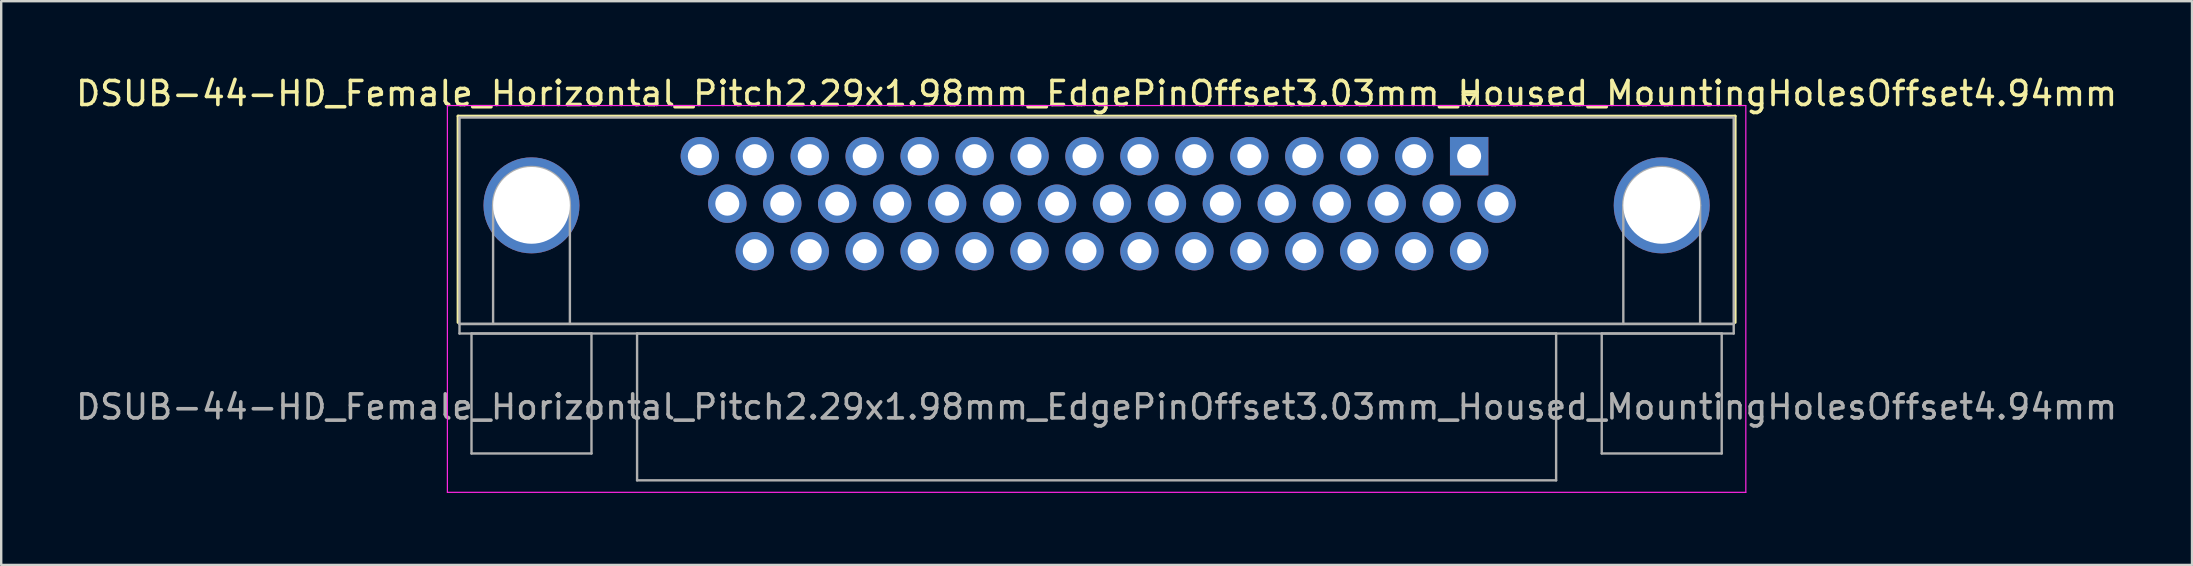
<source format=kicad_pcb>
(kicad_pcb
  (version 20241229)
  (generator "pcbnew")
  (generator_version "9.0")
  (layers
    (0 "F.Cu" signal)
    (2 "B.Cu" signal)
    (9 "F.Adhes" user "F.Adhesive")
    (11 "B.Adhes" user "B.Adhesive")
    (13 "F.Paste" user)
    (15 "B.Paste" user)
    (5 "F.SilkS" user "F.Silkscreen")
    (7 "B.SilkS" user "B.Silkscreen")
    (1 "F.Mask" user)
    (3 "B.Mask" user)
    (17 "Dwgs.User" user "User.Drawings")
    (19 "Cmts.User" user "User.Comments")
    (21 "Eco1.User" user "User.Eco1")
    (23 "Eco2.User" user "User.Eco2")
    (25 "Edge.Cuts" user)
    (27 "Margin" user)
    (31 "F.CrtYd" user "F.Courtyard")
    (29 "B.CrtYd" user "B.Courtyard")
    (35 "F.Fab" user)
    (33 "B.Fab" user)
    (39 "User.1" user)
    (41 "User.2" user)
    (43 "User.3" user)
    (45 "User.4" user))
  (footprint "DSUB-44-HD_Female_Horizontal_Pitch2.29x1.98mm_EdgePinOffset3.03mm_Housed_MountingHolesOffset4.94mm"
    (layer "F.Cu")
    (at 58.174 3.458)
    (property "Reference" "DSUB-44-HD_Female_Horizontal_Pitch2.29x1.98mm_EdgePinOffset3.03mm_Housed_MountingHolesOffset4.94mm" (at -15.525 -2.61 0) (layer "F.SilkS") (effects (font (size 1 1) (thickness 0.15))))
    (attr through_hole)
    (fp_line (start -42.135 -1.67) (end 11.085 -1.67) (stroke (width 0.12) (type solid)) (layer "F.SilkS"))
    (fp_line (start -42.135 6.93) (end -42.135 -1.67) (stroke (width 0.12) (type solid)) (layer "F.SilkS"))
    (fp_line (start -0.25 -2.564) (end 0.25 -2.564) (stroke (width 0.12) (type solid)) (layer "F.SilkS"))
    (fp_line (start 0 -2.131) (end -0.25 -2.564) (stroke (width 0.12) (type solid)) (layer "F.SilkS"))
    (fp_line (start 0.25 -2.564) (end 0 -2.131) (stroke (width 0.12) (type solid)) (layer "F.SilkS"))
    (fp_line (start 11.085 -1.67) (end 11.085 6.93) (stroke (width 0.12) (type solid)) (layer "F.SilkS"))
    (fp_line (start -42.58 -2.11) (end -42.58 14.01) (stroke (width 0.05) (type solid)) (layer "F.CrtYd"))
    (fp_line (start -42.58 14.01) (end 11.53 14.01) (stroke (width 0.05) (type solid)) (layer "F.CrtYd"))
    (fp_line (start 11.53 -2.11) (end -42.58 -2.11) (stroke (width 0.05) (type solid)) (layer "F.CrtYd"))
    (fp_line (start 11.53 14.01) (end 11.53 -2.11) (stroke (width 0.05) (type solid)) (layer "F.CrtYd"))
    (fp_line (start -42.075 -1.61) (end -42.075 6.99) (stroke (width 0.1) (type solid)) (layer "F.Fab"))
    (fp_line (start -42.075 6.99) (end -42.075 7.39) (stroke (width 0.1) (type solid)) (layer "F.Fab"))
    (fp_line (start -42.075 6.99) (end 11.025 6.99) (stroke (width 0.1) (type solid)) (layer "F.Fab"))
    (fp_line (start -42.075 7.39) (end 11.025 7.39) (stroke (width 0.1) (type solid)) (layer "F.Fab"))
    (fp_line (start -41.575 7.39) (end -41.575 12.39) (stroke (width 0.1) (type solid)) (layer "F.Fab"))
    (fp_line (start -41.575 12.39) (end -36.575 12.39) (stroke (width 0.1) (type solid)) (layer "F.Fab"))
    (fp_line (start -40.675 6.99) (end -40.675 2.05) (stroke (width 0.1) (type solid)) (layer "F.Fab"))
    (fp_line (start -37.475 6.99) (end -37.475 2.05) (stroke (width 0.1) (type solid)) (layer "F.Fab"))
    (fp_line (start -36.575 7.39) (end -41.575 7.39) (stroke (width 0.1) (type solid)) (layer "F.Fab"))
    (fp_line (start -36.575 12.39) (end -36.575 7.39) (stroke (width 0.1) (type solid)) (layer "F.Fab"))
    (fp_line (start -34.675 7.39) (end -34.675 13.51) (stroke (width 0.1) (type solid)) (layer "F.Fab"))
    (fp_line (start -34.675 13.51) (end 3.625 13.51) (stroke (width 0.1) (type solid)) (layer "F.Fab"))
    (fp_line (start 3.625 7.39) (end -34.675 7.39) (stroke (width 0.1) (type solid)) (layer "F.Fab"))
    (fp_line (start 3.625 13.51) (end 3.625 7.39) (stroke (width 0.1) (type solid)) (layer "F.Fab"))
    (fp_line (start 5.525 7.39) (end 5.525 12.39) (stroke (width 0.1) (type solid)) (layer "F.Fab"))
    (fp_line (start 5.525 12.39) (end 10.525 12.39) (stroke (width 0.1) (type solid)) (layer "F.Fab"))
    (fp_line (start 6.425 6.99) (end 6.425 2.05) (stroke (width 0.1) (type solid)) (layer "F.Fab"))
    (fp_line (start 9.625 6.99) (end 9.625 2.05) (stroke (width 0.1) (type solid)) (layer "F.Fab"))
    (fp_line (start 10.525 7.39) (end 5.525 7.39) (stroke (width 0.1) (type solid)) (layer "F.Fab"))
    (fp_line (start 10.525 12.39) (end 10.525 7.39) (stroke (width 0.1) (type solid)) (layer "F.Fab"))
    (fp_line (start 11.025 -1.61) (end -42.075 -1.61) (stroke (width 0.1) (type solid)) (layer "F.Fab"))
    (fp_line (start 11.025 6.99) (end -42.075 6.99) (stroke (width 0.1) (type solid)) (layer "F.Fab"))
    (fp_line (start 11.025 6.99) (end 11.025 -1.61) (stroke (width 0.1) (type solid)) (layer "F.Fab"))
    (fp_line (start 11.025 7.39) (end 11.025 6.99) (stroke (width 0.1) (type solid)) (layer "F.Fab"))
    (fp_arc (start -40.675 2.05) (mid -39.075 0.45) (end -37.475 2.05) (stroke (width 0.1) (type solid)) (layer "F.Fab"))
    (fp_arc (start 6.425 2.05) (mid 8.025 0.45) (end 9.625 2.05) (stroke (width 0.1) (type solid)) (layer "F.Fab"))
    (fp_text user "${REFERENCE}" (at -15.525 10.45 0) (layer "F.Fab") (effects (font (size 1 1) (thickness 0.15))))
    (pad "0" thru_hole circle (at -39.075 2.05) (size 4 4) (drill 3.2) (layers "*.Cu" "*.Mask"))
    (pad "0" thru_hole circle (at 8.025 2.05) (size 4 4) (drill 3.2) (layers "*.Cu" "*.Mask"))
    (pad "1" thru_hole rect (at 0 0) (size 1.6 1.6) (drill 1) (layers "*.Cu" "*.Mask"))
    (pad "2" thru_hole circle (at -2.29 0) (size 1.6 1.6) (drill 1) (layers "*.Cu" "*.Mask"))
    (pad "3" thru_hole circle (at -4.58 0) (size 1.6 1.6) (drill 1) (layers "*.Cu" "*.Mask"))
    (pad "4" thru_hole circle (at -6.87 0) (size 1.6 1.6) (drill 1) (layers "*.Cu" "*.Mask"))
    (pad "5" thru_hole circle (at -9.16 0) (size 1.6 1.6) (drill 1) (layers "*.Cu" "*.Mask"))
    (pad "6" thru_hole circle (at -11.45 0) (size 1.6 1.6) (drill 1) (layers "*.Cu" "*.Mask"))
    (pad "7" thru_hole circle (at -13.74 0) (size 1.6 1.6) (drill 1) (layers "*.Cu" "*.Mask"))
    (pad "8" thru_hole circle (at -16.03 0) (size 1.6 1.6) (drill 1) (layers "*.Cu" "*.Mask"))
    (pad "9" thru_hole circle (at -18.32 0) (size 1.6 1.6) (drill 1) (layers "*.Cu" "*.Mask"))
    (pad "10" thru_hole circle (at -20.61 0) (size 1.6 1.6) (drill 1) (layers "*.Cu" "*.Mask"))
    (pad "11" thru_hole circle (at -22.9 0) (size 1.6 1.6) (drill 1) (layers "*.Cu" "*.Mask"))
    (pad "12" thru_hole circle (at -25.19 0) (size 1.6 1.6) (drill 1) (layers "*.Cu" "*.Mask"))
    (pad "13" thru_hole circle (at -27.48 0) (size 1.6 1.6) (drill 1) (layers "*.Cu" "*.Mask"))
    (pad "14" thru_hole circle (at -29.77 0) (size 1.6 1.6) (drill 1) (layers "*.Cu" "*.Mask"))
    (pad "15" thru_hole circle (at -32.06 0) (size 1.6 1.6) (drill 1) (layers "*.Cu" "*.Mask"))
    (pad "16" thru_hole circle (at 1.145 1.98) (size 1.6 1.6) (drill 1) (layers "*.Cu" "*.Mask"))
    (pad "17" thru_hole circle (at -1.145 1.98) (size 1.6 1.6) (drill 1) (layers "*.Cu" "*.Mask"))
    (pad "18" thru_hole circle (at -3.435 1.98) (size 1.6 1.6) (drill 1) (layers "*.Cu" "*.Mask"))
    (pad "19" thru_hole circle (at -5.725 1.98) (size 1.6 1.6) (drill 1) (layers "*.Cu" "*.Mask"))
    (pad "20" thru_hole circle (at -8.015 1.98) (size 1.6 1.6) (drill 1) (layers "*.Cu" "*.Mask"))
    (pad "21" thru_hole circle (at -10.305 1.98) (size 1.6 1.6) (drill 1) (layers "*.Cu" "*.Mask"))
    (pad "22" thru_hole circle (at -12.595 1.98) (size 1.6 1.6) (drill 1) (layers "*.Cu" "*.Mask"))
    (pad "23" thru_hole circle (at -14.885 1.98) (size 1.6 1.6) (drill 1) (layers "*.Cu" "*.Mask"))
    (pad "24" thru_hole circle (at -17.175 1.98) (size 1.6 1.6) (drill 1) (layers "*.Cu" "*.Mask"))
    (pad "25" thru_hole circle (at -19.465 1.98) (size 1.6 1.6) (drill 1) (layers "*.Cu" "*.Mask"))
    (pad "26" thru_hole circle (at -21.755 1.98) (size 1.6 1.6) (drill 1) (layers "*.Cu" "*.Mask"))
    (pad "27" thru_hole circle (at -24.045 1.98) (size 1.6 1.6) (drill 1) (layers "*.Cu" "*.Mask"))
    (pad "28" thru_hole circle (at -26.335 1.98) (size 1.6 1.6) (drill 1) (layers "*.Cu" "*.Mask"))
    (pad "29" thru_hole circle (at -28.625 1.98) (size 1.6 1.6) (drill 1) (layers "*.Cu" "*.Mask"))
    (pad "30" thru_hole circle (at -30.915 1.98) (size 1.6 1.6) (drill 1) (layers "*.Cu" "*.Mask"))
    (pad "31" thru_hole circle (at 0 3.96) (size 1.6 1.6) (drill 1) (layers "*.Cu" "*.Mask"))
    (pad "32" thru_hole circle (at -2.29 3.96) (size 1.6 1.6) (drill 1) (layers "*.Cu" "*.Mask"))
    (pad "33" thru_hole circle (at -4.58 3.96) (size 1.6 1.6) (drill 1) (layers "*.Cu" "*.Mask"))
    (pad "34" thru_hole circle (at -6.87 3.96) (size 1.6 1.6) (drill 1) (layers "*.Cu" "*.Mask"))
    (pad "35" thru_hole circle (at -9.16 3.96) (size 1.6 1.6) (drill 1) (layers "*.Cu" "*.Mask"))
    (pad "36" thru_hole circle (at -11.45 3.96) (size 1.6 1.6) (drill 1) (layers "*.Cu" "*.Mask"))
    (pad "37" thru_hole circle (at -13.74 3.96) (size 1.6 1.6) (drill 1) (layers "*.Cu" "*.Mask"))
    (pad "38" thru_hole circle (at -16.03 3.96) (size 1.6 1.6) (drill 1) (layers "*.Cu" "*.Mask"))
    (pad "39" thru_hole circle (at -18.32 3.96) (size 1.6 1.6) (drill 1) (layers "*.Cu" "*.Mask"))
    (pad "40" thru_hole circle (at -20.61 3.96) (size 1.6 1.6) (drill 1) (layers "*.Cu" "*.Mask"))
    (pad "41" thru_hole circle (at -22.9 3.96) (size 1.6 1.6) (drill 1) (layers "*.Cu" "*.Mask"))
    (pad "42" thru_hole circle (at -25.19 3.96) (size 1.6 1.6) (drill 1) (layers "*.Cu" "*.Mask"))
    (pad "43" thru_hole circle (at -27.48 3.96) (size 1.6 1.6) (drill 1) (layers "*.Cu" "*.Mask"))
    (pad "44" thru_hole circle (at -29.77 3.96) (size 1.6 1.6) (drill 1) (layers "*.Cu" "*.Mask")))
  (gr_rect
    (start -3 -3)
    (end 88.298 20.493)
    (stroke (width 0.1) (type default))
    (fill no)
    (layer "Edge.Cuts")))
</source>
